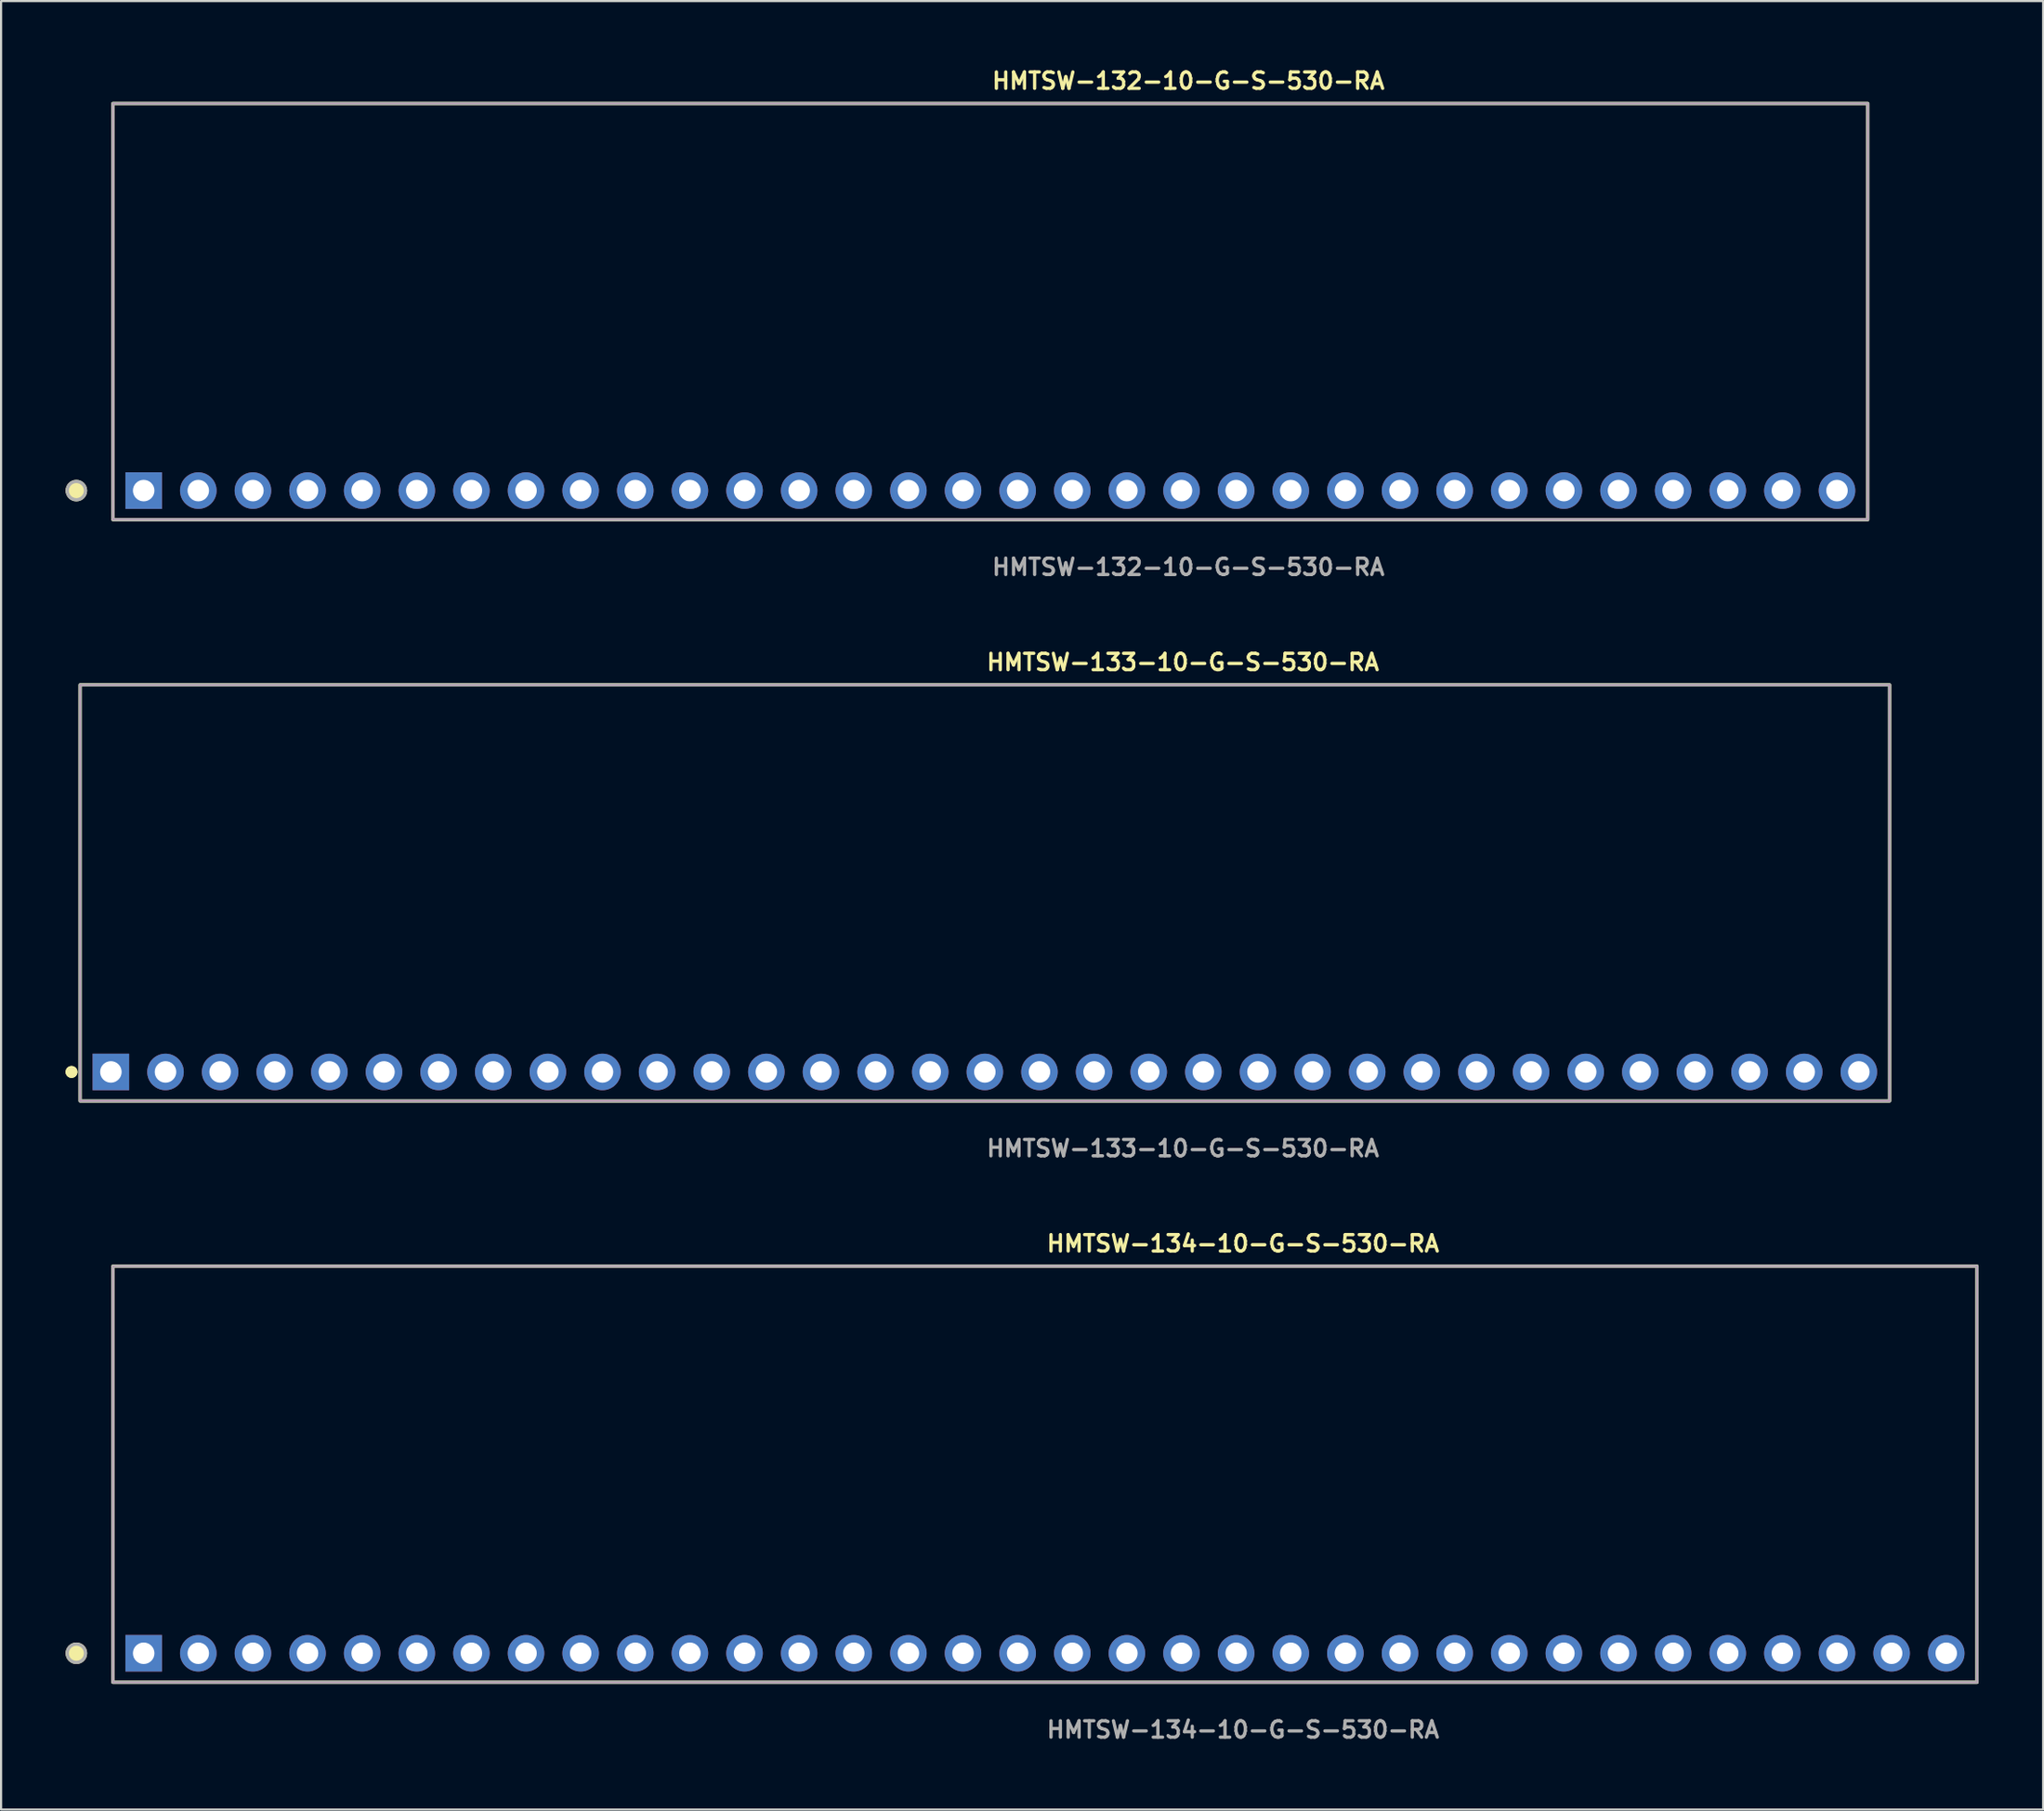
<source format=kicad_pcb>
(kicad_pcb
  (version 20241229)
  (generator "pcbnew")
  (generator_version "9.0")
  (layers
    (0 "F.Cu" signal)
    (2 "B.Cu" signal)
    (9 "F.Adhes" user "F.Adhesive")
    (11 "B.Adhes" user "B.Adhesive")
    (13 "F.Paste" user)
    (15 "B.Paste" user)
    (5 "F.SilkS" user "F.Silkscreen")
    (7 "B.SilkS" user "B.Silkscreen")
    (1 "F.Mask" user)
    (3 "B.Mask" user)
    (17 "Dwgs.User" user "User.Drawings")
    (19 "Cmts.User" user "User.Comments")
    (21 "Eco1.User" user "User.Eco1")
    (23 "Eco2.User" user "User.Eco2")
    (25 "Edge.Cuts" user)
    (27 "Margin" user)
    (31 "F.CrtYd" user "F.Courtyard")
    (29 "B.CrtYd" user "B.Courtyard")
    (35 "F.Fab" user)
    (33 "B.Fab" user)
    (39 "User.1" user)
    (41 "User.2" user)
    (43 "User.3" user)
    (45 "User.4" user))
  (footprint "HMTSW-132-10-G-S-530-RA"
    (layer "F.Cu")
    (at 43.001 19.763)
    (property "Reference" "HMTSW-132-10-G-S-530-RA" (at 0 -19.05 0) (unlocked yes) (layer "F.SilkS") (effects (font (size 0.762 0.762) (thickness 0.152)) (justify left)))
    (fp_rect (start -40.8 1.35) (end 40.8 -18) (stroke (width 0.152) (type solid)) (fill no) (layer "F.SilkS"))
    (fp_circle (center -42.5 0) (end -42.925 0) (stroke (width 0.152) (type solid)) (fill yes) (layer "F.SilkS"))
    (fp_rect (start -40.8 1.35) (end 40.8 -18) (stroke (width 0.006) (type solid)) (fill no) (layer "F.CrtYd"))
    (fp_rect (start -40.8 1.35) (end 40.8 -18) (stroke (width 0.152) (type solid)) (fill no) (layer "F.Fab"))
    (fp_circle (center -42.5 0) (end -42.925 0) (stroke (width 0.152) (type solid)) (fill no) (layer "F.Fab"))
    (fp_text user "${REFERENCE}" (at 0 3.556 0) (unlocked yes) (layer "F.Fab") (effects (font (size 0.762 0.762) (thickness 0.152)) (justify left)))
    (pad "1" thru_hole rect (at -39.37 0) (size 1.7 1.7) (drill 1) (layers "*.Cu" "*.Mask"))
    (pad "2" thru_hole circle (at -36.83 0) (size 1.7 1.7) (drill 1) (layers "*.Cu" "*.Mask"))
    (pad "3" thru_hole circle (at -34.29 0) (size 1.7 1.7) (drill 1) (layers "*.Cu" "*.Mask"))
    (pad "4" thru_hole circle (at -31.75 0) (size 1.7 1.7) (drill 1) (layers "*.Cu" "*.Mask"))
    (pad "5" thru_hole circle (at -29.21 0) (size 1.7 1.7) (drill 1) (layers "*.Cu" "*.Mask"))
    (pad "6" thru_hole circle (at -26.67 0) (size 1.7 1.7) (drill 1) (layers "*.Cu" "*.Mask"))
    (pad "7" thru_hole circle (at -24.13 0) (size 1.7 1.7) (drill 1) (layers "*.Cu" "*.Mask"))
    (pad "8" thru_hole circle (at -21.59 0) (size 1.7 1.7) (drill 1) (layers "*.Cu" "*.Mask"))
    (pad "9" thru_hole circle (at -19.05 0) (size 1.7 1.7) (drill 1) (layers "*.Cu" "*.Mask"))
    (pad "10" thru_hole circle (at -16.51 0) (size 1.7 1.7) (drill 1) (layers "*.Cu" "*.Mask"))
    (pad "11" thru_hole circle (at -13.97 0) (size 1.7 1.7) (drill 1) (layers "*.Cu" "*.Mask"))
    (pad "12" thru_hole circle (at -11.43 0) (size 1.7 1.7) (drill 1) (layers "*.Cu" "*.Mask"))
    (pad "13" thru_hole circle (at -8.89 0) (size 1.7 1.7) (drill 1) (layers "*.Cu" "*.Mask"))
    (pad "14" thru_hole circle (at -6.35 0) (size 1.7 1.7) (drill 1) (layers "*.Cu" "*.Mask"))
    (pad "15" thru_hole circle (at -3.81 0) (size 1.7 1.7) (drill 1) (layers "*.Cu" "*.Mask"))
    (pad "16" thru_hole circle (at -1.27 0) (size 1.7 1.7) (drill 1) (layers "*.Cu" "*.Mask"))
    (pad "17" thru_hole circle (at 1.27 0) (size 1.7 1.7) (drill 1) (layers "*.Cu" "*.Mask"))
    (pad "18" thru_hole circle (at 3.81 0) (size 1.7 1.7) (drill 1) (layers "*.Cu" "*.Mask"))
    (pad "19" thru_hole circle (at 6.35 0) (size 1.7 1.7) (drill 1) (layers "*.Cu" "*.Mask"))
    (pad "20" thru_hole circle (at 8.89 0) (size 1.7 1.7) (drill 1) (layers "*.Cu" "*.Mask"))
    (pad "21" thru_hole circle (at 11.43 0) (size 1.7 1.7) (drill 1) (layers "*.Cu" "*.Mask"))
    (pad "22" thru_hole circle (at 13.97 0) (size 1.7 1.7) (drill 1) (layers "*.Cu" "*.Mask"))
    (pad "23" thru_hole circle (at 16.51 0) (size 1.7 1.7) (drill 1) (layers "*.Cu" "*.Mask"))
    (pad "24" thru_hole circle (at 19.05 0) (size 1.7 1.7) (drill 1) (layers "*.Cu" "*.Mask"))
    (pad "25" thru_hole circle (at 21.59 0) (size 1.7 1.7) (drill 1) (layers "*.Cu" "*.Mask"))
    (pad "26" thru_hole circle (at 24.13 0) (size 1.7 1.7) (drill 1) (layers "*.Cu" "*.Mask"))
    (pad "27" thru_hole circle (at 26.67 0) (size 1.7 1.7) (drill 1) (layers "*.Cu" "*.Mask"))
    (pad "28" thru_hole circle (at 29.21 0) (size 1.7 1.7) (drill 1) (layers "*.Cu" "*.Mask"))
    (pad "29" thru_hole circle (at 31.75 0) (size 1.7 1.7) (drill 1) (layers "*.Cu" "*.Mask"))
    (pad "30" thru_hole circle (at 34.29 0) (size 1.7 1.7) (drill 1) (layers "*.Cu" "*.Mask"))
    (pad "31" thru_hole circle (at 36.83 0) (size 1.7 1.7) (drill 1) (layers "*.Cu" "*.Mask"))
    (pad "32" thru_hole circle (at 39.37 0) (size 1.7 1.7) (drill 1) (layers "*.Cu" "*.Mask")))
  (footprint "HMTSW-133-10-G-S-530-RA"
    (layer "F.Cu")
    (at 42.746 46.796)
    (property "Reference" "HMTSW-133-10-G-S-530-RA" (at 0 -19.05 0) (unlocked yes) (layer "F.SilkS") (effects (font (size 0.762 0.762) (thickness 0.152)) (justify left)))
    (fp_rect (start -42.07 1.35) (end 42.07 -18) (stroke (width 0.152) (type solid)) (fill no) (layer "F.SilkS"))
    (fp_circle (center -42.47 0) (end -42.67 0) (stroke (width 0.152) (type solid)) (fill yes) (layer "F.SilkS"))
    (fp_circle (center -42.47 0) (end -42.67 0) (stroke (width 0.152) (type solid)) (fill yes) (layer "F.SilkS"))
    (fp_rect (start -42.07 1.35) (end 42.07 -18) (stroke (width 0.006) (type solid)) (fill no) (layer "F.CrtYd"))
    (fp_rect (start -42.07 1.35) (end 42.07 -18) (stroke (width 0.152) (type solid)) (fill no) (layer "F.Fab"))
    (fp_text user "${REFERENCE}" (at 0 3.556 0) (unlocked yes) (layer "F.Fab") (effects (font (size 0.762 0.762) (thickness 0.152)) (justify left)))
    (pad "1" thru_hole rect (at -40.64 0) (size 1.7 1.7) (drill 1) (layers "*.Cu" "*.Mask"))
    (pad "2" thru_hole circle (at -38.1 0) (size 1.7 1.7) (drill 1) (layers "*.Cu" "*.Mask"))
    (pad "3" thru_hole circle (at -35.56 0) (size 1.7 1.7) (drill 1) (layers "*.Cu" "*.Mask"))
    (pad "4" thru_hole circle (at -33.02 0) (size 1.7 1.7) (drill 1) (layers "*.Cu" "*.Mask"))
    (pad "5" thru_hole circle (at -30.48 0) (size 1.7 1.7) (drill 1) (layers "*.Cu" "*.Mask"))
    (pad "6" thru_hole circle (at -27.94 0) (size 1.7 1.7) (drill 1) (layers "*.Cu" "*.Mask"))
    (pad "7" thru_hole circle (at -25.4 0) (size 1.7 1.7) (drill 1) (layers "*.Cu" "*.Mask"))
    (pad "8" thru_hole circle (at -22.86 0) (size 1.7 1.7) (drill 1) (layers "*.Cu" "*.Mask"))
    (pad "9" thru_hole circle (at -20.32 0) (size 1.7 1.7) (drill 1) (layers "*.Cu" "*.Mask"))
    (pad "10" thru_hole circle (at -17.78 0) (size 1.7 1.7) (drill 1) (layers "*.Cu" "*.Mask"))
    (pad "11" thru_hole circle (at -15.24 0) (size 1.7 1.7) (drill 1) (layers "*.Cu" "*.Mask"))
    (pad "12" thru_hole circle (at -12.7 0) (size 1.7 1.7) (drill 1) (layers "*.Cu" "*.Mask"))
    (pad "13" thru_hole circle (at -10.16 0) (size 1.7 1.7) (drill 1) (layers "*.Cu" "*.Mask"))
    (pad "14" thru_hole circle (at -7.62 0) (size 1.7 1.7) (drill 1) (layers "*.Cu" "*.Mask"))
    (pad "15" thru_hole circle (at -5.08 0) (size 1.7 1.7) (drill 1) (layers "*.Cu" "*.Mask"))
    (pad "16" thru_hole circle (at -2.54 0) (size 1.7 1.7) (drill 1) (layers "*.Cu" "*.Mask"))
    (pad "17" thru_hole circle (at 0 0) (size 1.7 1.7) (drill 1) (layers "*.Cu" "*.Mask"))
    (pad "18" thru_hole circle (at 2.54 0) (size 1.7 1.7) (drill 1) (layers "*.Cu" "*.Mask"))
    (pad "19" thru_hole circle (at 5.08 0) (size 1.7 1.7) (drill 1) (layers "*.Cu" "*.Mask"))
    (pad "20" thru_hole circle (at 7.62 0) (size 1.7 1.7) (drill 1) (layers "*.Cu" "*.Mask"))
    (pad "21" thru_hole circle (at 10.16 0) (size 1.7 1.7) (drill 1) (layers "*.Cu" "*.Mask"))
    (pad "22" thru_hole circle (at 12.7 0) (size 1.7 1.7) (drill 1) (layers "*.Cu" "*.Mask"))
    (pad "23" thru_hole circle (at 15.24 0) (size 1.7 1.7) (drill 1) (layers "*.Cu" "*.Mask"))
    (pad "24" thru_hole circle (at 17.78 0) (size 1.7 1.7) (drill 1) (layers "*.Cu" "*.Mask"))
    (pad "25" thru_hole circle (at 20.32 0) (size 1.7 1.7) (drill 1) (layers "*.Cu" "*.Mask"))
    (pad "26" thru_hole circle (at 22.86 0) (size 1.7 1.7) (drill 1) (layers "*.Cu" "*.Mask"))
    (pad "27" thru_hole circle (at 25.4 0) (size 1.7 1.7) (drill 1) (layers "*.Cu" "*.Mask"))
    (pad "28" thru_hole circle (at 27.94 0) (size 1.7 1.7) (drill 1) (layers "*.Cu" "*.Mask"))
    (pad "29" thru_hole circle (at 30.48 0) (size 1.7 1.7) (drill 1) (layers "*.Cu" "*.Mask"))
    (pad "30" thru_hole circle (at 33.02 0) (size 1.7 1.7) (drill 1) (layers "*.Cu" "*.Mask"))
    (pad "31" thru_hole circle (at 35.56 0) (size 1.7 1.7) (drill 1) (layers "*.Cu" "*.Mask"))
    (pad "32" thru_hole circle (at 38.1 0) (size 1.7 1.7) (drill 1) (layers "*.Cu" "*.Mask"))
    (pad "33" thru_hole circle (at 40.64 0) (size 1.7 1.7) (drill 1) (layers "*.Cu" "*.Mask")))
  (footprint "HMTSW-134-10-G-S-530-RA"
    (layer "F.Cu")
    (at 45.541 73.828)
    (property "Reference" "HMTSW-134-10-G-S-530-RA" (at 0 -19.05 0) (unlocked yes) (layer "F.SilkS") (effects (font (size 0.762 0.762) (thickness 0.152)) (justify left)))
    (fp_rect (start -43.34 1.35) (end 43.34 -18) (stroke (width 0.152) (type solid)) (fill no) (layer "F.SilkS"))
    (fp_circle (center -45.04 0) (end -45.465 0) (stroke (width 0.152) (type solid)) (fill yes) (layer "F.SilkS"))
    (fp_rect (start -43.34 1.35) (end 43.34 -18) (stroke (width 0.006) (type solid)) (fill no) (layer "F.CrtYd"))
    (fp_rect (start -43.34 1.35) (end 43.34 -18) (stroke (width 0.152) (type solid)) (fill no) (layer "F.Fab"))
    (fp_circle (center -45.04 0) (end -45.465 0) (stroke (width 0.152) (type solid)) (fill no) (layer "F.Fab"))
    (fp_text user "${REFERENCE}" (at 0 3.556 0) (unlocked yes) (layer "F.Fab") (effects (font (size 0.762 0.762) (thickness 0.152)) (justify left)))
    (pad "1" thru_hole rect (at -41.91 0) (size 1.7 1.7) (drill 1) (layers "*.Cu" "*.Mask"))
    (pad "2" thru_hole circle (at -39.37 0) (size 1.7 1.7) (drill 1) (layers "*.Cu" "*.Mask"))
    (pad "3" thru_hole circle (at -36.83 0) (size 1.7 1.7) (drill 1) (layers "*.Cu" "*.Mask"))
    (pad "4" thru_hole circle (at -34.29 0) (size 1.7 1.7) (drill 1) (layers "*.Cu" "*.Mask"))
    (pad "5" thru_hole circle (at -31.75 0) (size 1.7 1.7) (drill 1) (layers "*.Cu" "*.Mask"))
    (pad "6" thru_hole circle (at -29.21 0) (size 1.7 1.7) (drill 1) (layers "*.Cu" "*.Mask"))
    (pad "7" thru_hole circle (at -26.67 0) (size 1.7 1.7) (drill 1) (layers "*.Cu" "*.Mask"))
    (pad "8" thru_hole circle (at -24.13 0) (size 1.7 1.7) (drill 1) (layers "*.Cu" "*.Mask"))
    (pad "9" thru_hole circle (at -21.59 0) (size 1.7 1.7) (drill 1) (layers "*.Cu" "*.Mask"))
    (pad "10" thru_hole circle (at -19.05 0) (size 1.7 1.7) (drill 1) (layers "*.Cu" "*.Mask"))
    (pad "11" thru_hole circle (at -16.51 0) (size 1.7 1.7) (drill 1) (layers "*.Cu" "*.Mask"))
    (pad "12" thru_hole circle (at -13.97 0) (size 1.7 1.7) (drill 1) (layers "*.Cu" "*.Mask"))
    (pad "13" thru_hole circle (at -11.43 0) (size 1.7 1.7) (drill 1) (layers "*.Cu" "*.Mask"))
    (pad "14" thru_hole circle (at -8.89 0) (size 1.7 1.7) (drill 1) (layers "*.Cu" "*.Mask"))
    (pad "15" thru_hole circle (at -6.35 0) (size 1.7 1.7) (drill 1) (layers "*.Cu" "*.Mask"))
    (pad "16" thru_hole circle (at -3.81 0) (size 1.7 1.7) (drill 1) (layers "*.Cu" "*.Mask"))
    (pad "17" thru_hole circle (at -1.27 0) (size 1.7 1.7) (drill 1) (layers "*.Cu" "*.Mask"))
    (pad "18" thru_hole circle (at 1.27 0) (size 1.7 1.7) (drill 1) (layers "*.Cu" "*.Mask"))
    (pad "19" thru_hole circle (at 3.81 0) (size 1.7 1.7) (drill 1) (layers "*.Cu" "*.Mask"))
    (pad "20" thru_hole circle (at 6.35 0) (size 1.7 1.7) (drill 1) (layers "*.Cu" "*.Mask"))
    (pad "21" thru_hole circle (at 8.89 0) (size 1.7 1.7) (drill 1) (layers "*.Cu" "*.Mask"))
    (pad "22" thru_hole circle (at 11.43 0) (size 1.7 1.7) (drill 1) (layers "*.Cu" "*.Mask"))
    (pad "23" thru_hole circle (at 13.97 0) (size 1.7 1.7) (drill 1) (layers "*.Cu" "*.Mask"))
    (pad "24" thru_hole circle (at 16.51 0) (size 1.7 1.7) (drill 1) (layers "*.Cu" "*.Mask"))
    (pad "25" thru_hole circle (at 19.05 0) (size 1.7 1.7) (drill 1) (layers "*.Cu" "*.Mask"))
    (pad "26" thru_hole circle (at 21.59 0) (size 1.7 1.7) (drill 1) (layers "*.Cu" "*.Mask"))
    (pad "27" thru_hole circle (at 24.13 0) (size 1.7 1.7) (drill 1) (layers "*.Cu" "*.Mask"))
    (pad "28" thru_hole circle (at 26.67 0) (size 1.7 1.7) (drill 1) (layers "*.Cu" "*.Mask"))
    (pad "29" thru_hole circle (at 29.21 0) (size 1.7 1.7) (drill 1) (layers "*.Cu" "*.Mask"))
    (pad "30" thru_hole circle (at 31.75 0) (size 1.7 1.7) (drill 1) (layers "*.Cu" "*.Mask"))
    (pad "31" thru_hole circle (at 34.29 0) (size 1.7 1.7) (drill 1) (layers "*.Cu" "*.Mask"))
    (pad "32" thru_hole circle (at 36.83 0) (size 1.7 1.7) (drill 1) (layers "*.Cu" "*.Mask"))
    (pad "33" thru_hole circle (at 39.37 0) (size 1.7 1.7) (drill 1) (layers "*.Cu" "*.Mask"))
    (pad "34" thru_hole circle (at 41.91 0) (size 1.7 1.7) (drill 1) (layers "*.Cu" "*.Mask")))
  (gr_rect
    (start -3 -3)
    (end 91.957 81.097)
    (stroke (width 0.1) (type default))
    (fill no)
    (layer "Edge.Cuts")))
</source>
